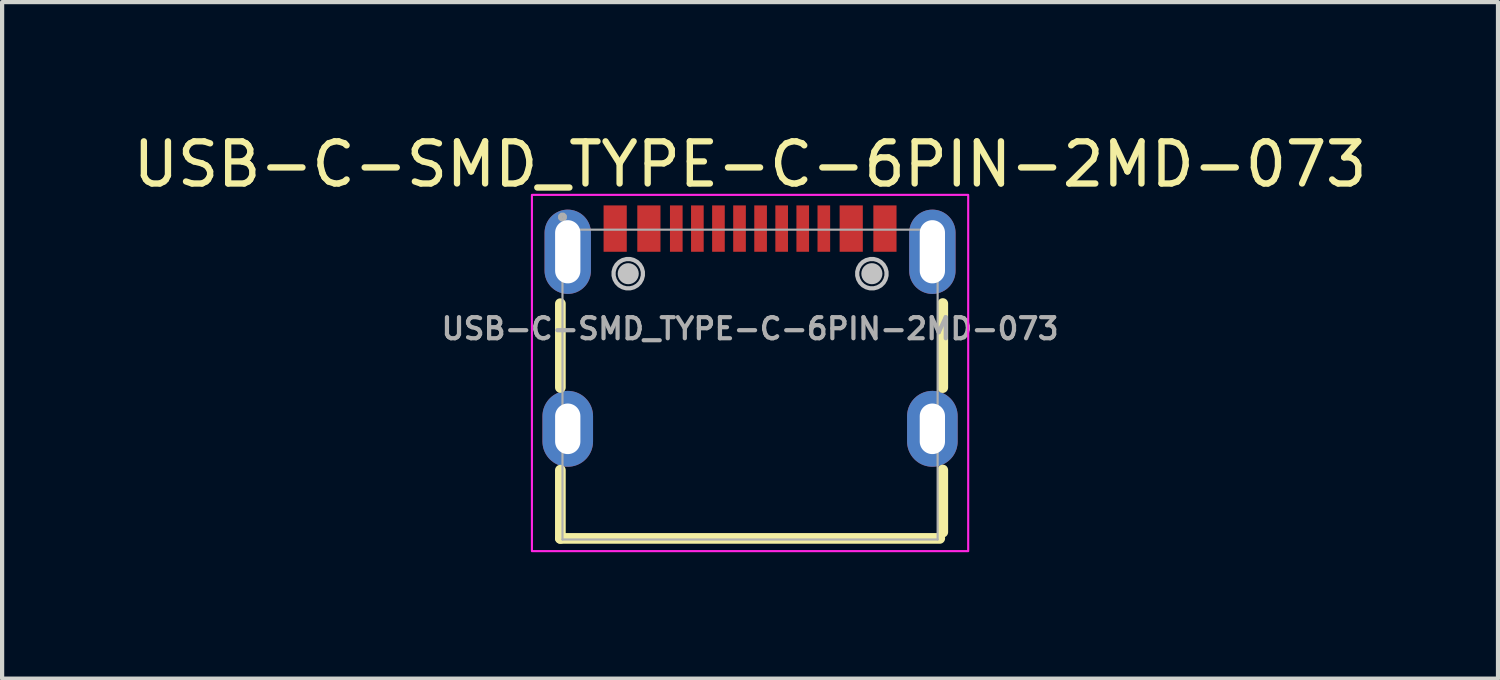
<source format=kicad_pcb>
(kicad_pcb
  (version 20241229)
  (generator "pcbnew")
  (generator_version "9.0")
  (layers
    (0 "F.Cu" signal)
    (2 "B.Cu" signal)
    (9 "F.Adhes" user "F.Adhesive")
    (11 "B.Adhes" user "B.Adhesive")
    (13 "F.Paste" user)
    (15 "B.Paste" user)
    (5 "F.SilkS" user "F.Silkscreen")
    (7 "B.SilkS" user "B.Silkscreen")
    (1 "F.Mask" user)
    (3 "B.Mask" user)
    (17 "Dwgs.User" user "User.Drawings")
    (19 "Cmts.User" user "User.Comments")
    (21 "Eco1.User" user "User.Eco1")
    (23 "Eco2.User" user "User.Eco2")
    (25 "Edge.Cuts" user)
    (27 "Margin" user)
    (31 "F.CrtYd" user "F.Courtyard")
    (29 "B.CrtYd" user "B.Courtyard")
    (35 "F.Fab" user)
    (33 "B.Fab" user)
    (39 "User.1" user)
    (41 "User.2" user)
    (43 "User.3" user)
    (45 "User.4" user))
  (footprint "USB-C-SMD_TYPE-C-6PIN-2MD-073"
    (layer "F.Cu")
    (at 14.744 4.748)
    (property "Reference" "USB-C-SMD_TYPE-C-6PIN-2MD-073" (at 0 -3.9 0) (layer "F.SilkS") (effects (font (size 1 1) (thickness 0.15))))
    (fp_line (start -4.5 1.394) (end -4.5 -0.594) (stroke (width 0.254) (type default)) (layer "F.SilkS"))
    (fp_line (start -4.5 4.975) (end -4.5 3.356) (stroke (width 0.254) (type default)) (layer "F.SilkS"))
    (fp_line (start 4.5 4.975) (end -4.5 4.975) (stroke (width 0.254) (type default)) (layer "F.SilkS"))
    (fp_line (start 4.572 1.397) (end 4.572 -0.597) (stroke (width 0.254) (type default)) (layer "F.SilkS"))
    (fp_line (start 4.572 4.826) (end 4.572 3.353) (stroke (width 0.254) (type default)) (layer "F.SilkS"))
    (fp_poly (pts (xy -3.5 -2.925) (xy -3.5 -1.825) (xy -2.9 -1.825) (xy -2.9 -2.925)) (stroke (width 0) (type default)) (fill yes) (layer "F.Paste"))
    (fp_poly (pts (xy -2.7 -2.925) (xy -2.7 -1.825) (xy -2.1 -1.825) (xy -2.1 -2.925)) (stroke (width 0) (type default)) (fill yes) (layer "F.Paste"))
    (fp_poly (pts (xy -1.6 -1.825) (xy -1.6 -2.925) (xy -1.9 -2.925) (xy -1.9 -1.825)) (stroke (width 0) (type default)) (fill yes) (layer "F.Paste"))
    (fp_poly (pts (xy -1.1 -1.825) (xy -1.1 -2.925) (xy -1.4 -2.925) (xy -1.4 -1.825)) (stroke (width 0) (type default)) (fill yes) (layer "F.Paste"))
    (fp_poly (pts (xy -0.6 -1.825) (xy -0.6 -2.925) (xy -0.9 -2.925) (xy -0.9 -1.825)) (stroke (width 0) (type default)) (fill yes) (layer "F.Paste"))
    (fp_poly (pts (xy -0.1 -1.825) (xy -0.1 -2.925) (xy -0.4 -2.925) (xy -0.4 -1.825)) (stroke (width 0) (type default)) (fill yes) (layer "F.Paste"))
    (fp_poly (pts (xy 0.4 -1.825) (xy 0.4 -2.925) (xy 0.1 -2.925) (xy 0.1 -1.825)) (stroke (width 0) (type default)) (fill yes) (layer "F.Paste"))
    (fp_poly (pts (xy 0.9 -1.825) (xy 0.9 -2.925) (xy 0.6 -2.925) (xy 0.6 -1.825)) (stroke (width 0) (type default)) (fill yes) (layer "F.Paste"))
    (fp_poly (pts (xy 1.4 -1.825) (xy 1.4 -2.925) (xy 1.1 -2.925) (xy 1.1 -1.825)) (stroke (width 0) (type default)) (fill yes) (layer "F.Paste"))
    (fp_poly (pts (xy 1.6 -2.925) (xy 1.6 -1.825) (xy 1.9 -1.825) (xy 1.9 -2.925)) (stroke (width 0) (type default)) (fill yes) (layer "F.Paste"))
    (fp_poly (pts (xy 2.1 -2.925) (xy 2.1 -1.825) (xy 2.7 -1.825) (xy 2.7 -2.925)) (stroke (width 0) (type default)) (fill yes) (layer "F.Paste"))
    (fp_poly (pts (xy 3.5 -1.825) (xy 3.5 -2.925) (xy 2.9 -2.925) (xy 2.9 -1.825)) (stroke (width 0) (type default)) (fill yes) (layer "F.Paste"))
    (fp_poly (pts (xy -4.34 -2.825) (xy -4.37 -2.824) (xy -4.399 -2.821) (xy -4.429 -2.816) (xy -4.458 -2.81) (xy -4.487 -2.803) (xy -4.516 -2.794) (xy -4.544 -2.784) (xy -4.572 -2.772) (xy -4.598 -2.759) (xy -4.625 -2.744) (xy -4.651 -2.729) (xy -4.675 -2.712) (xy -4.699 -2.694) (xy -4.722 -2.675) (xy -4.744 -2.655) (xy -4.765 -2.633) (xy -4.785 -2.611) (xy -4.803 -2.587) (xy -4.821 -2.563) (xy -4.837 -2.538) (xy -4.852 -2.512) (xy -4.865 -2.486) (xy -4.878 -2.458) (xy -4.889 -2.43) (xy -4.899 -2.402) (xy -4.907 -2.373) (xy -4.913 -2.344) (xy -4.918 -2.314) (xy -4.922 -2.285) (xy -4.924 -2.255) (xy -4.925 -2.225) (xy -4.925 -1.425) (xy -4.924 -1.395) (xy -4.922 -1.365) (xy -4.918 -1.335) (xy -4.913 -1.306) (xy -4.907 -1.277) (xy -4.899 -1.248) (xy -4.889 -1.22) (xy -4.878 -1.192) (xy -4.865 -1.165) (xy -4.852 -1.138) (xy -4.837 -1.113) (xy -4.821 -1.087) (xy -4.803 -1.063) (xy -4.785 -1.04) (xy -4.765 -1.017) (xy -4.744 -0.996) (xy -4.722 -0.976) (xy -4.699 -0.956) (xy -4.675 -0.938) (xy -4.651 -0.921) (xy -4.625 -0.905) (xy -4.598 -0.891) (xy -4.572 -0.878) (xy -4.544 -0.867) (xy -4.516 -0.857) (xy -4.487 -0.848) (xy -4.458 -0.84) (xy -4.429 -0.834) (xy -4.399 -0.83) (xy -4.37 -0.827) (xy -4.34 -0.826) (xy -4.31 -0.826) (xy -4.28 -0.827) (xy -4.25 -0.83) (xy -4.221 -0.834) (xy -4.191 -0.84) (xy -4.162 -0.848) (xy -4.134 -0.857) (xy -4.106 -0.867) (xy -4.078 -0.878) (xy -4.051 -0.891) (xy -4.025 -0.905) (xy -3.999 -0.921) (xy -3.974 -0.938) (xy -3.951 -0.956) (xy -3.928 -0.976) (xy -3.906 -0.996) (xy -3.885 -1.017) (xy -3.865 -1.04) (xy -3.846 -1.063) (xy -3.829 -1.087) (xy -3.813 -1.113) (xy -3.798 -1.138) (xy -3.784 -1.165) (xy -3.772 -1.192) (xy -3.761 -1.22) (xy -3.752 -1.248) (xy -3.744 -1.277) (xy -3.737 -1.306) (xy -3.732 -1.335) (xy -3.728 -1.365) (xy -3.725 -1.395) (xy -3.725 -1.425) (xy -3.725 -2.225) (xy -3.725 -2.255) (xy -3.728 -2.285) (xy -3.732 -2.314) (xy -3.737 -2.344) (xy -3.744 -2.373) (xy -3.752 -2.402) (xy -3.761 -2.43) (xy -3.772 -2.458) (xy -3.784 -2.486) (xy -3.798 -2.512) (xy -3.813 -2.538) (xy -3.829 -2.563) (xy -3.846 -2.587) (xy -3.865 -2.611) (xy -3.885 -2.633) (xy -3.906 -2.655) (xy -3.928 -2.675) (xy -3.951 -2.694) (xy -3.974 -2.712) (xy -3.999 -2.729) (xy -4.025 -2.744) (xy -4.051 -2.759) (xy -4.078 -2.772) (xy -4.106 -2.784) (xy -4.134 -2.794) (xy -4.162 -2.803) (xy -4.191 -2.81) (xy -4.221 -2.816) (xy -4.25 -2.821) (xy -4.28 -2.824) (xy -4.31 -2.825)) (stroke (width 0) (type default)) (fill yes) (layer "F.Paste"))
    (fp_poly (pts (xy -4.28 1.627) (xy -4.31 1.625) (xy -4.34 1.625) (xy -4.37 1.627) (xy -4.399 1.629) (xy -4.429 1.634) (xy -4.458 1.64) (xy -4.487 1.647) (xy -4.516 1.657) (xy -4.544 1.667) (xy -4.572 1.678) (xy -4.598 1.691) (xy -4.625 1.706) (xy -4.651 1.721) (xy -4.675 1.738) (xy -4.699 1.756) (xy -4.722 1.775) (xy -4.744 1.796) (xy -4.765 1.817) (xy -4.785 1.839) (xy -4.803 1.863) (xy -4.821 1.887) (xy -4.837 1.912) (xy -4.852 1.938) (xy -4.865 1.964) (xy -4.878 1.992) (xy -4.889 2.02) (xy -4.899 2.048) (xy -4.907 2.077) (xy -4.913 2.106) (xy -4.918 2.135) (xy -4.922 2.166) (xy -4.924 2.195) (xy -4.925 2.225) (xy -4.925 2.525) (xy -4.924 2.555) (xy -4.922 2.585) (xy -4.918 2.615) (xy -4.913 2.644) (xy -4.907 2.673) (xy -4.899 2.702) (xy -4.889 2.73) (xy -4.878 2.758) (xy -4.865 2.785) (xy -4.852 2.812) (xy -4.837 2.838) (xy -4.821 2.863) (xy -4.803 2.888) (xy -4.785 2.91) (xy -4.765 2.933) (xy -4.744 2.954) (xy -4.722 2.975) (xy -4.699 2.994) (xy -4.675 3.012) (xy -4.651 3.029) (xy -4.625 3.045) (xy -4.598 3.059) (xy -4.572 3.072) (xy -4.544 3.083) (xy -4.516 3.094) (xy -4.487 3.103) (xy -4.458 3.11) (xy -4.429 3.116) (xy -4.399 3.12) (xy -4.37 3.123) (xy -4.34 3.125) (xy -4.31 3.125) (xy -4.28 3.123) (xy -4.25 3.12) (xy -4.221 3.116) (xy -4.191 3.11) (xy -4.162 3.103) (xy -4.134 3.094) (xy -4.106 3.083) (xy -4.078 3.072) (xy -4.051 3.059) (xy -4.025 3.045) (xy -3.999 3.029) (xy -3.974 3.012) (xy -3.951 2.994) (xy -3.928 2.975) (xy -3.906 2.954) (xy -3.885 2.933) (xy -3.865 2.91) (xy -3.846 2.888) (xy -3.829 2.863) (xy -3.813 2.838) (xy -3.798 2.812) (xy -3.784 2.785) (xy -3.772 2.758) (xy -3.761 2.73) (xy -3.752 2.702) (xy -3.744 2.673) (xy -3.737 2.644) (xy -3.732 2.615) (xy -3.728 2.585) (xy -3.725 2.555) (xy -3.725 2.525) (xy -3.725 2.225) (xy -3.725 2.195) (xy -3.728 2.166) (xy -3.732 2.135) (xy -3.737 2.106) (xy -3.744 2.077) (xy -3.752 2.048) (xy -3.761 2.02) (xy -3.772 1.992) (xy -3.784 1.964) (xy -3.798 1.938) (xy -3.813 1.912) (xy -3.829 1.887) (xy -3.846 1.863) (xy -3.865 1.839) (xy -3.885 1.817) (xy -3.906 1.796) (xy -3.928 1.775) (xy -3.951 1.756) (xy -3.974 1.738) (xy -3.999 1.721) (xy -4.025 1.706) (xy -4.051 1.691) (xy -4.078 1.678) (xy -4.106 1.667) (xy -4.134 1.657) (xy -4.162 1.647) (xy -4.191 1.64) (xy -4.221 1.634) (xy -4.25 1.629)) (stroke (width 0) (type default)) (fill yes) (layer "F.Paste"))
    (fp_poly (pts (xy 4.31 1.625) (xy 4.28 1.627) (xy 4.25 1.629) (xy 4.221 1.634) (xy 4.191 1.64) (xy 4.162 1.647) (xy 4.134 1.657) (xy 4.106 1.667) (xy 4.078 1.678) (xy 4.051 1.691) (xy 4.025 1.706) (xy 3.999 1.721) (xy 3.974 1.738) (xy 3.951 1.756) (xy 3.928 1.775) (xy 3.906 1.796) (xy 3.885 1.817) (xy 3.865 1.839) (xy 3.846 1.863) (xy 3.829 1.887) (xy 3.813 1.912) (xy 3.798 1.938) (xy 3.784 1.964) (xy 3.772 1.992) (xy 3.761 2.02) (xy 3.752 2.048) (xy 3.744 2.077) (xy 3.737 2.106) (xy 3.732 2.135) (xy 3.728 2.166) (xy 3.725 2.195) (xy 3.725 2.225) (xy 3.725 2.525) (xy 3.725 2.555) (xy 3.728 2.585) (xy 3.732 2.615) (xy 3.737 2.644) (xy 3.744 2.673) (xy 3.752 2.702) (xy 3.761 2.73) (xy 3.772 2.758) (xy 3.784 2.785) (xy 3.798 2.812) (xy 3.813 2.838) (xy 3.829 2.863) (xy 3.846 2.888) (xy 3.865 2.91) (xy 3.885 2.933) (xy 3.906 2.954) (xy 3.928 2.975) (xy 3.951 2.994) (xy 3.974 3.012) (xy 3.999 3.029) (xy 4.025 3.045) (xy 4.051 3.059) (xy 4.078 3.072) (xy 4.106 3.083) (xy 4.134 3.094) (xy 4.162 3.103) (xy 4.191 3.11) (xy 4.221 3.116) (xy 4.25 3.12) (xy 4.28 3.123) (xy 4.31 3.125) (xy 4.34 3.125) (xy 4.37 3.123) (xy 4.399 3.12) (xy 4.429 3.116) (xy 4.458 3.11) (xy 4.487 3.103) (xy 4.516 3.094) (xy 4.544 3.083) (xy 4.572 3.072) (xy 4.598 3.059) (xy 4.625 3.045) (xy 4.651 3.029) (xy 4.675 3.012) (xy 4.699 2.994) (xy 4.722 2.975) (xy 4.744 2.954) (xy 4.765 2.933) (xy 4.785 2.91) (xy 4.803 2.888) (xy 4.821 2.863) (xy 4.837 2.838) (xy 4.852 2.812) (xy 4.865 2.785) (xy 4.878 2.758) (xy 4.889 2.73) (xy 4.899 2.702) (xy 4.907 2.673) (xy 4.913 2.644) (xy 4.918 2.615) (xy 4.922 2.585) (xy 4.924 2.555) (xy 4.925 2.525) (xy 4.925 2.225) (xy 4.924 2.195) (xy 4.922 2.166) (xy 4.918 2.135) (xy 4.913 2.106) (xy 4.907 2.077) (xy 4.899 2.048) (xy 4.889 2.02) (xy 4.878 1.992) (xy 4.865 1.964) (xy 4.852 1.938) (xy 4.837 1.912) (xy 4.821 1.887) (xy 4.803 1.863) (xy 4.785 1.839) (xy 4.765 1.817) (xy 4.744 1.796) (xy 4.722 1.775) (xy 4.699 1.756) (xy 4.675 1.738) (xy 4.651 1.721) (xy 4.625 1.706) (xy 4.598 1.691) (xy 4.572 1.678) (xy 4.544 1.667) (xy 4.516 1.657) (xy 4.487 1.647) (xy 4.458 1.64) (xy 4.429 1.634) (xy 4.399 1.629) (xy 4.37 1.627) (xy 4.34 1.625)) (stroke (width 0) (type default)) (fill yes) (layer "F.Paste"))
    (fp_poly (pts (xy 4.37 -2.824) (xy 4.34 -2.825) (xy 4.31 -2.825) (xy 4.28 -2.824) (xy 4.25 -2.821) (xy 4.221 -2.816) (xy 4.191 -2.81) (xy 4.162 -2.803) (xy 4.134 -2.794) (xy 4.106 -2.784) (xy 4.078 -2.772) (xy 4.051 -2.759) (xy 4.025 -2.744) (xy 3.999 -2.729) (xy 3.974 -2.712) (xy 3.951 -2.694) (xy 3.928 -2.675) (xy 3.906 -2.655) (xy 3.885 -2.633) (xy 3.865 -2.611) (xy 3.846 -2.587) (xy 3.829 -2.563) (xy 3.813 -2.538) (xy 3.798 -2.512) (xy 3.784 -2.486) (xy 3.772 -2.458) (xy 3.761 -2.43) (xy 3.752 -2.402) (xy 3.744 -2.373) (xy 3.737 -2.344) (xy 3.732 -2.314) (xy 3.728 -2.285) (xy 3.725 -2.255) (xy 3.725 -2.225) (xy 3.725 -1.425) (xy 3.725 -1.395) (xy 3.728 -1.365) (xy 3.732 -1.335) (xy 3.737 -1.306) (xy 3.744 -1.277) (xy 3.752 -1.248) (xy 3.761 -1.22) (xy 3.772 -1.192) (xy 3.784 -1.165) (xy 3.798 -1.138) (xy 3.813 -1.113) (xy 3.829 -1.087) (xy 3.846 -1.063) (xy 3.865 -1.04) (xy 3.885 -1.017) (xy 3.906 -0.996) (xy 3.928 -0.976) (xy 3.951 -0.956) (xy 3.974 -0.938) (xy 3.999 -0.921) (xy 4.025 -0.905) (xy 4.051 -0.891) (xy 4.078 -0.878) (xy 4.106 -0.867) (xy 4.134 -0.857) (xy 4.162 -0.848) (xy 4.191 -0.84) (xy 4.221 -0.834) (xy 4.25 -0.83) (xy 4.28 -0.827) (xy 4.31 -0.826) (xy 4.34 -0.826) (xy 4.37 -0.827) (xy 4.399 -0.83) (xy 4.429 -0.834) (xy 4.458 -0.84) (xy 4.487 -0.848) (xy 4.516 -0.857) (xy 4.544 -0.867) (xy 4.572 -0.878) (xy 4.598 -0.891) (xy 4.625 -0.905) (xy 4.651 -0.921) (xy 4.675 -0.938) (xy 4.699 -0.956) (xy 4.722 -0.976) (xy 4.744 -0.996) (xy 4.765 -1.017) (xy 4.785 -1.04) (xy 4.803 -1.063) (xy 4.821 -1.087) (xy 4.837 -1.113) (xy 4.852 -1.138) (xy 4.865 -1.165) (xy 4.878 -1.192) (xy 4.889 -1.22) (xy 4.899 -1.248) (xy 4.907 -1.277) (xy 4.913 -1.306) (xy 4.918 -1.335) (xy 4.922 -1.365) (xy 4.924 -1.395) (xy 4.925 -1.425) (xy 4.925 -2.225) (xy 4.924 -2.255) (xy 4.922 -2.285) (xy 4.918 -2.314) (xy 4.913 -2.344) (xy 4.907 -2.373) (xy 4.899 -2.402) (xy 4.889 -2.43) (xy 4.878 -2.458) (xy 4.865 -2.486) (xy 4.852 -2.512) (xy 4.837 -2.538) (xy 4.821 -2.563) (xy 4.803 -2.587) (xy 4.785 -2.611) (xy 4.765 -2.633) (xy 4.744 -2.655) (xy 4.722 -2.675) (xy 4.699 -2.694) (xy 4.675 -2.712) (xy 4.651 -2.729) (xy 4.625 -2.744) (xy 4.598 -2.759) (xy 4.572 -2.772) (xy 4.544 -2.784) (xy 4.516 -2.794) (xy 4.487 -2.803) (xy 4.458 -2.81) (xy 4.429 -2.816) (xy 4.399 -2.821)) (stroke (width 0) (type default)) (fill yes) (layer "F.Paste"))
    (fp_circle (center -2.89 -1.305) (end -2.765 -1.305) (stroke (width 0.25) (type default)) (fill no) (layer "Dwgs.User"))
    (fp_circle (center 2.89 -1.305) (end 3.015 -1.305) (stroke (width 0.25) (type default)) (fill no) (layer "Dwgs.User"))
    (fp_poly (pts (xy -2.543 -1.351) (xy -2.567 -1.439) (xy -2.612 -1.518) (xy -2.677 -1.583) (xy -2.756 -1.628) (xy -2.844 -1.652) (xy -2.936 -1.652) (xy -3.024 -1.628) (xy -3.103 -1.583) (xy -3.168 -1.518) (xy -3.213 -1.439) (xy -3.237 -1.351) (xy -3.237 -1.259) (xy -3.213 -1.171) (xy -3.168 -1.092) (xy -3.103 -1.027) (xy -3.024 -0.982) (xy -2.936 -0.958) (xy -2.844 -0.958) (xy -2.756 -0.982) (xy -2.677 -1.027) (xy -2.612 -1.092) (xy -2.567 -1.171) (xy -2.543 -1.259)) (stroke (width 0.1) (type solid)) (fill no) (layer "Dwgs.User"))
    (fp_poly (pts (xy 3.237 -1.351) (xy 3.213 -1.439) (xy 3.168 -1.518) (xy 3.103 -1.583) (xy 3.024 -1.628) (xy 2.936 -1.652) (xy 2.844 -1.652) (xy 2.756 -1.628) (xy 2.677 -1.583) (xy 2.612 -1.518) (xy 2.567 -1.439) (xy 2.543 -1.351) (xy 2.543 -1.259) (xy 2.567 -1.171) (xy 2.612 -1.092) (xy 2.677 -1.027) (xy 2.756 -0.982) (xy 2.844 -0.958) (xy 2.936 -0.958) (xy 3.024 -0.982) (xy 3.103 -1.027) (xy 3.168 -1.092) (xy 3.213 -1.171) (xy 3.237 -1.259)) (stroke (width 0.1) (type solid)) (fill no) (layer "Dwgs.User"))
    (fp_rect (start -5.175 -3.175) (end 5.175 5.277) (stroke (width 0.05) (type default)) (fill no) (layer "F.CrtYd"))
    (fp_line (start -4.45 -2.349) (end 4.45 -2.349) (stroke (width 0.051) (type default)) (layer "F.Fab"))
    (fp_line (start -4.45 5.001) (end -4.45 -2.349) (stroke (width 0.051) (type default)) (layer "F.Fab"))
    (fp_line (start 4.45 -2.349) (end 4.45 5.001) (stroke (width 0.051) (type default)) (layer "F.Fab"))
    (fp_line (start 4.45 5.001) (end -4.45 5.001) (stroke (width 0.051) (type default)) (layer "F.Fab"))
    (fp_poly (pts (xy -4.395 -2.672) (xy -4.427 -2.704) (xy -4.473 -2.704) (xy -4.505 -2.672) (xy -4.505 -2.626) (xy -4.473 -2.594) (xy -4.427 -2.594) (xy -4.395 -2.626)) (stroke (width 0.1) (type default)) (fill no) (layer "F.Fab"))
    (fp_poly (pts (xy -4.45 -2.349) (xy -4.2 -2.349) (xy -4.2 -1.249) (xy -4.45 -1.249)) (stroke (width 0.1) (type default)) (fill no) (layer "User.1"))
    (fp_poly (pts (xy -4.45 2.025) (xy -4.2 2.025) (xy -4.2 2.725) (xy -4.45 2.725)) (stroke (width 0.1) (type default)) (fill no) (layer "User.1"))
    (fp_poly (pts (xy -3.4 -2.649) (xy -3 -2.649) (xy -3 -1.799) (xy -3.4 -1.799)) (stroke (width 0.1) (type default)) (fill no) (layer "User.1"))
    (fp_poly (pts (xy -2.6 -2.649) (xy -2.2 -2.649) (xy -2.2 -1.799) (xy -2.6 -1.799)) (stroke (width 0.1) (type default)) (fill no) (layer "User.1"))
    (fp_poly (pts (xy -1.85 -2.649) (xy -1.65 -2.649) (xy -1.65 -1.799) (xy -1.85 -1.799)) (stroke (width 0.1) (type default)) (fill no) (layer "User.1"))
    (fp_poly (pts (xy -1.35 -2.649) (xy -1.15 -2.649) (xy -1.15 -1.799) (xy -1.35 -1.799)) (stroke (width 0.1) (type default)) (fill no) (layer "User.1"))
    (fp_poly (pts (xy -0.85 -2.649) (xy -0.65 -2.649) (xy -0.65 -1.799) (xy -0.85 -1.799)) (stroke (width 0.1) (type default)) (fill no) (layer "User.1"))
    (fp_poly (pts (xy -0.35 -2.649) (xy -0.15 -2.649) (xy -0.15 -1.799) (xy -0.35 -1.799)) (stroke (width 0.1) (type default)) (fill no) (layer "User.1"))
    (fp_poly (pts (xy 0.15 -2.649) (xy 0.35 -2.649) (xy 0.35 -1.799) (xy 0.15 -1.799)) (stroke (width 0.1) (type default)) (fill no) (layer "User.1"))
    (fp_poly (pts (xy 0.65 -2.649) (xy 0.85 -2.649) (xy 0.85 -1.799) (xy 0.65 -1.799)) (stroke (width 0.1) (type default)) (fill no) (layer "User.1"))
    (fp_poly (pts (xy 1.15 -2.649) (xy 1.35 -2.649) (xy 1.35 -1.799) (xy 1.15 -1.799)) (stroke (width 0.1) (type default)) (fill no) (layer "User.1"))
    (fp_poly (pts (xy 1.65 -2.649) (xy 1.85 -2.649) (xy 1.85 -1.799) (xy 1.65 -1.799)) (stroke (width 0.1) (type default)) (fill no) (layer "User.1"))
    (fp_poly (pts (xy 2.2 -2.649) (xy 2.6 -2.649) (xy 2.6 -1.799) (xy 2.2 -1.799)) (stroke (width 0.1) (type default)) (fill no) (layer "User.1"))
    (fp_poly (pts (xy 3 -2.649) (xy 3.4 -2.649) (xy 3.4 -1.799) (xy 3 -1.799)) (stroke (width 0.1) (type default)) (fill no) (layer "User.1"))
    (fp_poly (pts (xy 4.2 -2.349) (xy 4.45 -2.349) (xy 4.45 -1.249) (xy 4.2 -1.249)) (stroke (width 0.1) (type default)) (fill no) (layer "User.1"))
    (fp_poly (pts (xy 4.2 2.025) (xy 4.45 2.025) (xy 4.45 2.725) (xy 4.2 2.725)) (stroke (width 0.1) (type default)) (fill no) (layer "User.1"))
    (fp_text user "${REFERENCE}" (at 0 0 0) (layer "F.Fab") (effects (font (size 0.5 0.5) (thickness 0.1))))
    (pad "1" smd rect (at -3.2 -2.375) (size 0.55 1.1) (layers "F.Cu" "F.Mask" "F.Paste"))
    (pad "2" smd rect (at -2.4 -2.375) (size 0.55 1.1) (layers "F.Cu" "F.Mask" "F.Paste"))
    (pad "3" smd rect (at -1.75 -2.375) (size 0.3 1.1) (layers "F.Cu" "F.Mask" "F.Paste"))
    (pad "4" smd rect (at -1.25 -2.375) (size 0.3 1.1) (layers "F.Cu" "F.Mask" "F.Paste"))
    (pad "5" smd rect (at -0.75 -2.375) (size 0.3 1.1) (layers "F.Cu" "F.Mask" "F.Paste"))
    (pad "6" smd rect (at -0.25 -2.375) (size 0.3 1.1) (layers "F.Cu" "F.Mask" "F.Paste"))
    (pad "7" smd rect (at 0.25 -2.375) (size 0.3 1.1) (layers "F.Cu" "F.Mask" "F.Paste"))
    (pad "8" smd rect (at 0.75 -2.375) (size 0.3 1.1) (layers "F.Cu" "F.Mask" "F.Paste"))
    (pad "9" smd rect (at 1.25 -2.375) (size 0.3 1.1) (layers "F.Cu" "F.Mask" "F.Paste"))
    (pad "10" smd rect (at 1.75 -2.375) (size 0.3 1.1) (layers "F.Cu" "F.Mask" "F.Paste"))
    (pad "11" smd rect (at 2.4 -2.375) (size 0.55 1.1) (layers "F.Cu" "F.Mask" "F.Paste"))
    (pad "12" smd rect (at 3.2 -2.375) (size 0.55 1.1) (layers "F.Cu" "F.Mask" "F.Paste"))
    (pad "13" thru_hole oval (at -4.325 -1.825) (size 1.1 2) (drill oval 0.6 1.5) (layers "*.Cu" "*.Mask"))
    (pad "13" thru_hole oval (at -4.325 2.375) (size 1.2 1.8) (drill oval 0.6 1.2) (layers "*.Cu" "*.Mask"))
    (pad "14" thru_hole oval (at 4.325 -1.825) (size 1.1 2) (drill oval 0.6 1.5) (layers "*.Cu" "*.Mask"))
    (pad "14" thru_hole oval (at 4.325 2.375) (size 1.2 1.8) (drill oval 0.6 1.2) (layers "*.Cu" "*.Mask")))
  (gr_rect
    (start -3 -3)
    (end 32.488 13.05)
    (stroke (width 0.1) (type default))
    (fill no)
    (layer "Edge.Cuts")))
</source>
